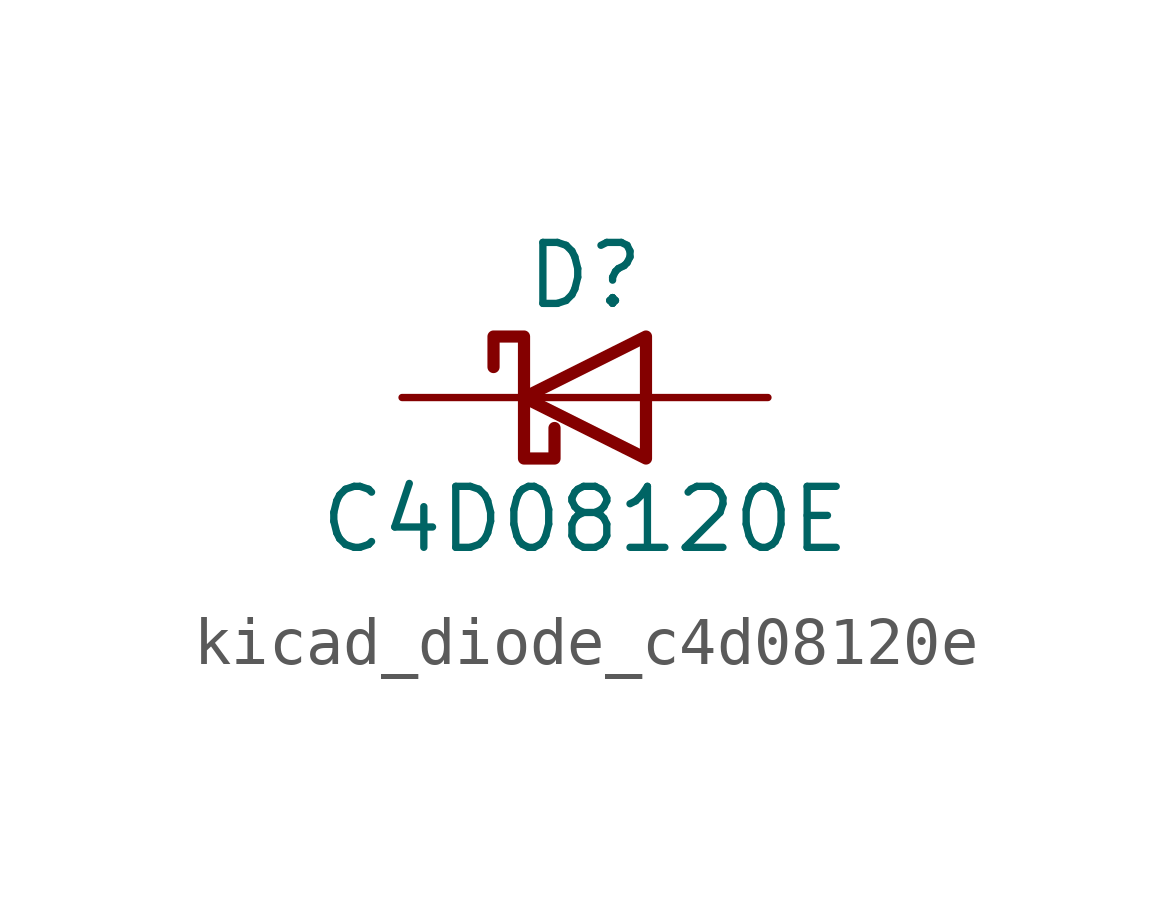
<source format=kicad_sym>
(kicad_symbol_lib
  (version 20220914)
  (generator kicad_symbol_editor)
  (symbol "kicad_diode_c4d08120e"
    (pin_numbers hide)
    (pin_names
      (offset 1.016) hide)
    (property "Reference" "D"
      (at 0 2.54 0)
      (effects (font (size 1.27 1.27))))
    (property "Value" "C4D08120E"
      (at 0 -2.54 0)
      (effects (font (size 1.27 1.27))))
    (symbol "kicad_diode_c4d08120e_0_1"
      (polyline (pts (xy 1.27 0) (xy -1.27 0)) (stroke (width 0) (type default)) (fill (type none)))
      (polyline (pts (xy 1.27 1.27) (xy 1.27 -1.27) (xy -1.27 0) (xy 1.27 1.27)) (stroke (width 0.254) (type default)) (fill (type none)))
      (polyline (pts (xy -1.905 0.635) (xy -1.905 1.27) (xy -1.27 1.27) (xy -1.27 -1.27) (xy -0.635 -1.27) (xy -0.635 -0.635)) (stroke (width 0.254) (type default)) (fill (type none))))
    (symbol "kicad_diode_c4d08120e_1_1"
      (pin passive line (at -3.81 0 0) (length 2.54) (name "K" (effects (font (size 1.27 1.27)))) (number "1" (effects (font (size 1.27 1.27)))))
      (pin passive line (at 3.81 0 180) (length 2.54) (name "A" (effects (font (size 1.27 1.27)))) (number "2" (effects (font (size 1.27 1.27))))))))
</source>
